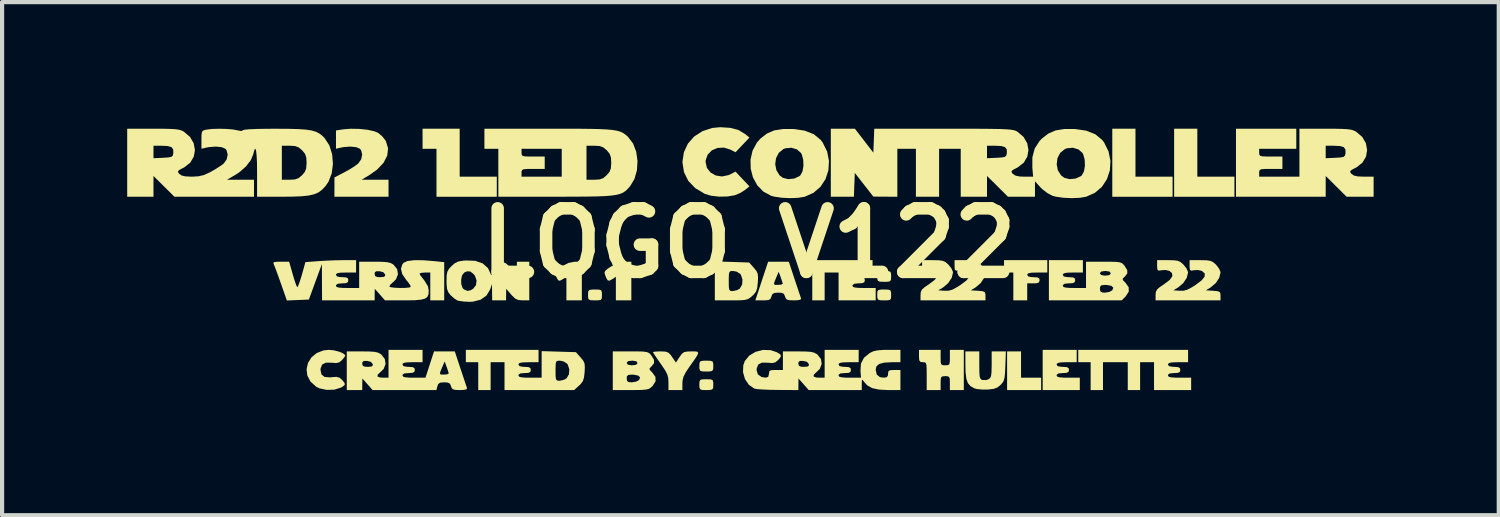
<source format=kicad_pcb>
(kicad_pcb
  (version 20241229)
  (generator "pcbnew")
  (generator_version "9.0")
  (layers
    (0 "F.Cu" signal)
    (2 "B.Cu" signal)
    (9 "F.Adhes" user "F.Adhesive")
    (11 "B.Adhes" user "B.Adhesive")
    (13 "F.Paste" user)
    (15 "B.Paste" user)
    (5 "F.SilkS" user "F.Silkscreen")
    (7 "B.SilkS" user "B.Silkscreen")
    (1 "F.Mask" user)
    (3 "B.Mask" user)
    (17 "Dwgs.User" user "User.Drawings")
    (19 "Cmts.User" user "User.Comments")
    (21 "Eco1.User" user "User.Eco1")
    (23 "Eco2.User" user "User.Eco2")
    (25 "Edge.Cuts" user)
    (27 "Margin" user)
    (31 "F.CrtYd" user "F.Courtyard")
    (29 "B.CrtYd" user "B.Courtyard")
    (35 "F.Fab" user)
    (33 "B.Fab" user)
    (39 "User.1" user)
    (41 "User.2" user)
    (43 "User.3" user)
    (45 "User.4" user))
  (footprint "LOGO V122"
    (layer "F.Cu")
    (at 14.906 2.78)
    (property "Reference" "LOGO V122" (at 0 0 0) (layer "F.SilkS") (effects (font (size 1.524 1.524) (thickness 0.3))))
    (attr board_only exclude_from_pos_files exclude_from_bom)
    (fp_poly (pts (xy 6.526 3.226) (xy 7.008 3.226) (xy 7.008 3.523) (xy 6.192 3.523) (xy 6.192 2.596) (xy 6.526 2.596)) (stroke (width 0) (type solid)) (fill yes) (layer "F.SilkS"))
    (fp_poly (pts (xy 9.27 -1.594) (xy 10.16 -1.594) (xy 10.16 -1.112) (xy 8.714 -1.112) (xy 8.714 -2.744) (xy 9.27 -2.744)) (stroke (width 0) (type solid)) (fill yes) (layer "F.SilkS"))
    (fp_poly (pts (xy 10.753 -1.594) (xy 11.643 -1.594) (xy 11.643 -1.112) (xy 10.197 -1.112) (xy 10.197 -2.744) (xy 10.753 -2.744)) (stroke (width 0) (type solid)) (fill yes) (layer "F.SilkS"))
    (fp_poly (pts (xy -6.934 -1.594) (xy -6.044 -1.594) (xy -6.044 -1.112) (xy -7.49 -1.112) (xy -7.49 -2.262) (xy -7.824 -2.262) (xy -7.824 -2.744) (xy -6.934 -2.744)) (stroke (width 0) (type solid)) (fill yes) (layer "F.SilkS"))
    (fp_poly (pts (xy -4.005 1.372) (xy -4.375 1.372) (xy -4.375 0.807) (xy -4.466 0.867) (xy -4.53 0.901) (xy -4.572 0.892) (xy -4.608 0.828) (xy -4.632 0.768) (xy -4.647 0.71) (xy -4.632 0.665) (xy -4.573 0.614) (xy -4.491 0.559) (xy -4.327 0.475) (xy -4.175 0.445) (xy -4.159 0.445) (xy -4.005 0.445)) (stroke (width 0) (type solid)) (fill yes) (layer "F.SilkS"))
    (fp_poly (pts (xy -3.587 1.115) (xy -3.538 1.134) (xy -3.524 1.184) (xy -3.523 1.242) (xy -3.526 1.322) (xy -3.55 1.36) (xy -3.615 1.371) (xy -3.689 1.372) (xy -3.792 1.369) (xy -3.841 1.35) (xy -3.855 1.3) (xy -3.856 1.242) (xy -3.853 1.162) (xy -3.829 1.125) (xy -3.764 1.113) (xy -3.689 1.112)) (stroke (width 0) (type solid)) (fill yes) (layer "F.SilkS"))
    (fp_poly (pts (xy -2.818 1.372) (xy -3.189 1.372) (xy -3.189 0.807) (xy -3.28 0.867) (xy -3.344 0.901) (xy -3.385 0.892) (xy -3.422 0.828) (xy -3.445 0.768) (xy -3.461 0.71) (xy -3.445 0.665) (xy -3.387 0.614) (xy -3.304 0.559) (xy -3.14 0.475) (xy -2.989 0.445) (xy -2.972 0.445) (xy -2.818 0.445)) (stroke (width 0) (type solid)) (fill yes) (layer "F.SilkS"))
    (fp_poly (pts (xy -0.917 2.821) (xy -0.869 2.84) (xy -0.854 2.89) (xy -0.853 2.948) (xy -0.856 3.028) (xy -0.881 3.065) (xy -0.945 3.077) (xy -1.02 3.078) (xy -1.122 3.075) (xy -1.171 3.056) (xy -1.186 3.006) (xy -1.187 2.948) (xy -1.183 2.868) (xy -1.159 2.83) (xy -1.094 2.819) (xy -1.02 2.818)) (stroke (width 0) (type solid)) (fill yes) (layer "F.SilkS"))
    (fp_poly (pts (xy -0.917 3.266) (xy -0.869 3.285) (xy -0.854 3.335) (xy -0.853 3.393) (xy -0.856 3.473) (xy -0.881 3.51) (xy -0.945 3.522) (xy -1.02 3.523) (xy -1.122 3.52) (xy -1.171 3.501) (xy -1.186 3.451) (xy -1.187 3.393) (xy -1.183 3.313) (xy -1.159 3.275) (xy -1.094 3.264) (xy -1.02 3.263)) (stroke (width 0) (type solid)) (fill yes) (layer "F.SilkS"))
    (fp_poly (pts (xy 3.347 0.67) (xy 3.396 0.689) (xy 3.41 0.739) (xy 3.411 0.797) (xy 3.408 0.877) (xy 3.384 0.915) (xy 3.319 0.926) (xy 3.245 0.927) (xy 3.142 0.924) (xy 3.093 0.905) (xy 3.079 0.855) (xy 3.078 0.797) (xy 3.081 0.717) (xy 3.105 0.68) (xy 3.17 0.668) (xy 3.245 0.667)) (stroke (width 0) (type solid)) (fill yes) (layer "F.SilkS"))
    (fp_poly (pts (xy 3.347 1.115) (xy 3.396 1.134) (xy 3.41 1.184) (xy 3.411 1.242) (xy 3.408 1.322) (xy 3.384 1.36) (xy 3.319 1.371) (xy 3.245 1.372) (xy 3.142 1.369) (xy 3.093 1.35) (xy 3.079 1.3) (xy 3.078 1.242) (xy 3.081 1.162) (xy 3.105 1.125) (xy 3.17 1.113) (xy 3.245 1.112)) (stroke (width 0) (type solid)) (fill yes) (layer "F.SilkS"))
    (fp_poly (pts (xy 7.156 0.705) (xy 6.915 0.705) (xy 6.78 0.708) (xy 6.705 0.722) (xy 6.676 0.748) (xy 6.674 0.76) (xy 6.699 0.799) (xy 6.78 0.815) (xy 6.823 0.816) (xy 6.92 0.822) (xy 6.963 0.847) (xy 6.971 0.89) (xy 6.959 0.938) (xy 6.908 0.96) (xy 6.823 0.964) (xy 6.674 0.964) (xy 6.674 1.372) (xy 6.341 1.372) (xy 6.341 0.705) (xy 6.229 0.705) (xy 6.158 0.699) (xy 6.126 0.667) (xy 6.118 0.588) (xy 6.118 0.556) (xy 6.118 0.408) (xy 7.156 0.408)) (stroke (width 0) (type solid)) (fill yes) (layer "F.SilkS"))
    (fp_poly (pts (xy 7.861 2.855) (xy 7.62 2.855) (xy 7.485 2.859) (xy 7.41 2.872) (xy 7.381 2.898) (xy 7.379 2.911) (xy 7.403 2.949) (xy 7.485 2.965) (xy 7.527 2.966) (xy 7.624 2.973) (xy 7.667 2.998) (xy 7.676 3.041) (xy 7.663 3.089) (xy 7.613 3.111) (xy 7.527 3.115) (xy 7.424 3.124) (xy 7.382 3.154) (xy 7.379 3.17) (xy 7.394 3.2) (xy 7.446 3.217) (xy 7.55 3.225) (xy 7.657 3.226) (xy 7.935 3.226) (xy 7.935 3.523) (xy 7.045 3.523) (xy 7.045 2.559) (xy 7.861 2.559)) (stroke (width 0) (type solid)) (fill yes) (layer "F.SilkS"))
    (fp_poly (pts (xy 2.966 0.705) (xy 2.725 0.705) (xy 2.59 0.708) (xy 2.515 0.722) (xy 2.486 0.748) (xy 2.484 0.76) (xy 2.509 0.799) (xy 2.59 0.815) (xy 2.633 0.816) (xy 2.73 0.822) (xy 2.773 0.847) (xy 2.781 0.89) (xy 2.769 0.938) (xy 2.718 0.96) (xy 2.633 0.964) (xy 2.53 0.973) (xy 2.487 1.004) (xy 2.484 1.02) (xy 2.499 1.049) (xy 2.552 1.066) (xy 2.656 1.074) (xy 2.762 1.075) (xy 3.041 1.075) (xy 3.041 1.372) (xy 2.151 1.372) (xy 2.151 0.705) (xy 1.817 0.705) (xy 1.817 1.372) (xy 1.52 1.372) (xy 1.52 0.705) (xy 1.224 0.705) (xy 1.224 0.408) (xy 2.966 0.408)) (stroke (width 0) (type solid)) (fill yes) (layer "F.SilkS"))
    (fp_poly (pts (xy -9.342 -2.739) (xy -9.148 -2.719) (xy -8.986 -2.684) (xy -8.894 -2.647) (xy -8.791 -2.562) (xy -8.707 -2.455) (xy -8.703 -2.446) (xy -8.651 -2.274) (xy -8.671 -2.099) (xy -8.759 -1.927) (xy -8.912 -1.765) (xy -9.086 -1.641) (xy -9.285 -1.52) (xy -8.64 -1.52) (xy -8.64 -1.112) (xy -9.938 -1.112) (xy -9.937 -1.344) (xy -9.937 -1.576) (xy -9.699 -1.699) (xy -9.564 -1.774) (xy -9.443 -1.851) (xy -9.365 -1.911) (xy -9.294 -2.013) (xy -9.271 -2.128) (xy -9.298 -2.229) (xy -9.329 -2.265) (xy -9.419 -2.302) (xy -9.556 -2.315) (xy -9.716 -2.303) (xy -9.78 -2.291) (xy -9.9 -2.264) (xy -9.9 -2.702) (xy -9.73 -2.728) (xy -9.544 -2.743)) (stroke (width 0) (type solid)) (fill yes) (layer "F.SilkS"))
    (fp_poly (pts (xy 5.525 2.927) (xy 5.527 3.086) (xy 5.533 3.187) (xy 5.549 3.244) (xy 5.576 3.272) (xy 5.598 3.281) (xy 5.688 3.283) (xy 5.746 3.264) (xy 5.783 3.236) (xy 5.806 3.19) (xy 5.817 3.109) (xy 5.821 2.977) (xy 5.822 2.909) (xy 5.822 2.596) (xy 6.162 2.596) (xy 6.15 2.947) (xy 6.142 3.114) (xy 6.13 3.225) (xy 6.11 3.299) (xy 6.077 3.354) (xy 6.036 3.399) (xy 5.96 3.461) (xy 5.869 3.494) (xy 5.736 3.51) (xy 5.721 3.511) (xy 5.585 3.51) (xy 5.467 3.498) (xy 5.414 3.484) (xy 5.317 3.431) (xy 5.252 3.357) (xy 5.214 3.25) (xy 5.196 3.093) (xy 5.192 2.939) (xy 5.191 2.596) (xy 5.525 2.596)) (stroke (width 0) (type solid)) (fill yes) (layer "F.SilkS"))
    (fp_poly (pts (xy -2 2.601) (xy -1.929 2.626) (xy -1.871 2.685) (xy -1.84 2.73) (xy -1.749 2.863) (xy -1.662 2.73) (xy -1.606 2.652) (xy -1.55 2.612) (xy -1.466 2.598) (xy -1.38 2.596) (xy -1.289 2.596) (xy -1.234 2.604) (xy -1.215 2.63) (xy -1.233 2.683) (xy -1.291 2.775) (xy -1.39 2.915) (xy -1.425 2.964) (xy -1.517 3.102) (xy -1.569 3.207) (xy -1.591 3.301) (xy -1.594 3.363) (xy -1.594 3.523) (xy -1.928 3.523) (xy -1.928 3.337) (xy -1.933 3.237) (xy -1.955 3.151) (xy -2.003 3.057) (xy -2.085 2.933) (xy -2.114 2.892) (xy -2.197 2.773) (xy -2.261 2.678) (xy -2.296 2.622) (xy -2.299 2.614) (xy -2.266 2.603) (xy -2.18 2.597) (xy -2.115 2.596)) (stroke (width 0) (type solid)) (fill yes) (layer "F.SilkS"))
    (fp_poly (pts (xy 4.598 2.744) (xy 4.6 2.854) (xy 4.615 2.908) (xy 4.654 2.927) (xy 4.709 2.929) (xy 4.775 2.925) (xy 4.808 2.9) (xy 4.819 2.835) (xy 4.82 2.744) (xy 4.82 2.559) (xy 5.154 2.559) (xy 5.154 3.523) (xy 4.82 3.523) (xy 4.82 3.356) (xy 4.817 3.253) (xy 4.799 3.205) (xy 4.751 3.19) (xy 4.709 3.189) (xy 4.641 3.194) (xy 4.608 3.222) (xy 4.599 3.293) (xy 4.598 3.356) (xy 4.598 3.523) (xy 4.264 3.523) (xy 4.264 3.189) (xy 4.263 3.031) (xy 4.259 2.933) (xy 4.246 2.88) (xy 4.221 2.859) (xy 4.18 2.855) (xy 4.172 2.855) (xy 4.112 2.847) (xy 4.085 2.809) (xy 4.079 2.72) (xy 4.079 2.707) (xy 4.079 2.559) (xy 4.598 2.559)) (stroke (width 0) (type solid)) (fill yes) (layer "F.SilkS"))
    (fp_poly (pts (xy 10.531 2.855) (xy 10.29 2.855) (xy 10.155 2.859) (xy 10.079 2.872) (xy 10.051 2.898) (xy 10.049 2.911) (xy 10.073 2.949) (xy 10.154 2.965) (xy 10.197 2.966) (xy 10.294 2.973) (xy 10.337 2.998) (xy 10.345 3.041) (xy 10.333 3.089) (xy 10.283 3.111) (xy 10.197 3.115) (xy 10.094 3.124) (xy 10.051 3.154) (xy 10.049 3.17) (xy 10.063 3.2) (xy 10.116 3.217) (xy 10.22 3.225) (xy 10.327 3.226) (xy 10.605 3.226) (xy 10.605 3.523) (xy 9.715 3.523) (xy 9.715 2.855) (xy 9.381 2.855) (xy 9.381 3.523) (xy 9.085 3.523) (xy 9.085 2.855) (xy 8.491 2.855) (xy 8.491 3.523) (xy 8.195 3.523) (xy 8.195 2.855) (xy 7.898 2.855) (xy 7.898 2.559) (xy 10.531 2.559)) (stroke (width 0) (type solid)) (fill yes) (layer "F.SilkS"))
    (fp_poly (pts (xy -9.952 2.57) (xy -9.832 2.6) (xy -9.735 2.64) (xy -9.682 2.683) (xy -9.678 2.696) (xy -9.701 2.738) (xy -9.756 2.804) (xy -9.757 2.805) (xy -9.821 2.858) (xy -9.896 2.876) (xy -9.998 2.867) (xy -10.142 2.866) (xy -10.231 2.91) (xy -10.269 3.003) (xy -10.271 3.041) (xy -10.248 3.149) (xy -10.175 3.207) (xy -10.047 3.219) (xy -9.998 3.214) (xy -9.887 3.206) (xy -9.814 3.227) (xy -9.757 3.276) (xy -9.694 3.352) (xy -9.69 3.4) (xy -9.747 3.445) (xy -9.787 3.466) (xy -9.944 3.514) (xy -10.125 3.518) (xy -10.295 3.482) (xy -10.375 3.443) (xy -10.511 3.32) (xy -10.587 3.175) (xy -10.605 3.022) (xy -10.571 2.872) (xy -10.488 2.738) (xy -10.361 2.634) (xy -10.195 2.571) (xy -10.07 2.559)) (stroke (width 0) (type solid)) (fill yes) (layer "F.SilkS"))
    (fp_poly (pts (xy 0.006 0.464) (xy 0.118 0.589) (xy 0.181 0.666) (xy 0.213 0.736) (xy 0.22 0.825) (xy 0.215 0.938) (xy 0.2 1.072) (xy 0.172 1.16) (xy 0.119 1.23) (xy 0.08 1.266) (xy 0.023 1.314) (xy -0.031 1.344) (xy -0.1 1.362) (xy -0.202 1.37) (xy -0.353 1.372) (xy -0.427 1.372) (xy -0.816 1.372) (xy -0.816 0.908) (xy -0.482 0.908) (xy -0.481 1.038) (xy -0.472 1.11) (xy -0.448 1.142) (xy -0.404 1.149) (xy -0.383 1.149) (xy -0.281 1.127) (xy -0.216 1.088) (xy -0.162 0.995) (xy -0.153 0.876) (xy -0.188 0.764) (xy -0.21 0.735) (xy -0.292 0.684) (xy -0.377 0.667) (xy -0.433 0.67) (xy -0.465 0.69) (xy -0.479 0.744) (xy -0.482 0.849) (xy -0.482 0.908) (xy -0.816 0.908) (xy -0.816 0.438)) (stroke (width 0) (type solid)) (fill yes) (layer "F.SilkS"))
    (fp_poly (pts (xy -0.443 -2.764) (xy -0.251 -2.713) (xy -0.097 -2.621) (xy -0.095 -2.62) (xy 0.014 -2.532) (xy -0.153 -2.355) (xy -0.32 -2.179) (xy -0.444 -2.243) (xy -0.601 -2.291) (xy -0.755 -2.282) (xy -0.889 -2.224) (xy -0.987 -2.123) (xy -1.036 -1.988) (xy -1.038 -1.947) (xy -1.006 -1.804) (xy -0.919 -1.693) (xy -0.793 -1.622) (xy -0.643 -1.599) (xy -0.485 -1.632) (xy -0.444 -1.651) (xy -0.32 -1.715) (xy -0.153 -1.538) (xy 0.014 -1.361) (xy -0.095 -1.274) (xy -0.208 -1.202) (xy -0.331 -1.15) (xy -0.334 -1.149) (xy -0.513 -1.119) (xy -0.715 -1.115) (xy -0.908 -1.137) (xy -1.057 -1.182) (xy -1.286 -1.319) (xy -1.453 -1.494) (xy -1.556 -1.702) (xy -1.593 -1.94) (xy -1.593 -1.947) (xy -1.558 -2.18) (xy -1.461 -2.387) (xy -1.31 -2.558) (xy -1.113 -2.685) (xy -0.88 -2.762) (xy -0.686 -2.78)) (stroke (width 0) (type solid)) (fill yes) (layer "F.SilkS"))
    (fp_poly (pts (xy 1.096 0.862) (xy 1.152 1.03) (xy 1.2 1.174) (xy 1.235 1.278) (xy 1.252 1.326) (xy 1.238 1.355) (xy 1.165 1.369) (xy 1.08 1.372) (xy 0.967 1.368) (xy 0.906 1.351) (xy 0.877 1.31) (xy 0.868 1.279) (xy 0.84 1.217) (xy 0.784 1.191) (xy 0.705 1.187) (xy 0.608 1.195) (xy 0.56 1.228) (xy 0.541 1.279) (xy 0.519 1.335) (xy 0.475 1.363) (xy 0.387 1.372) (xy 0.336 1.372) (xy 0.155 1.372) (xy 0.284 0.982) (xy 0.601 0.982) (xy 0.628 1) (xy 0.697 1.001) (xy 0.705 1.001) (xy 0.782 0.993) (xy 0.813 0.974) (xy 0.813 0.973) (xy 0.799 0.923) (xy 0.769 0.835) (xy 0.763 0.816) (xy 0.715 0.686) (xy 0.654 0.83) (xy 0.612 0.932) (xy 0.601 0.982) (xy 0.284 0.982) (xy 0.308 0.908) (xy 0.462 0.445) (xy 0.958 0.445)) (stroke (width 0) (type solid)) (fill yes) (layer "F.SilkS"))
    (fp_poly (pts (xy 1.068 -2.737) (xy 1.341 -2.697) (xy 1.558 -2.611) (xy 1.721 -2.477) (xy 1.769 -2.414) (xy 1.877 -2.196) (xy 1.921 -1.969) (xy 1.907 -1.745) (xy 1.838 -1.535) (xy 1.717 -1.351) (xy 1.55 -1.207) (xy 1.339 -1.113) (xy 1.339 -1.113) (xy 1.183 -1.087) (xy 0.989 -1.079) (xy 0.787 -1.089) (xy 0.61 -1.115) (xy 0.531 -1.136) (xy 0.343 -1.239) (xy 0.198 -1.391) (xy 0.097 -1.578) (xy 0.044 -1.787) (xy 0.042 -1.891) (xy 0.632 -1.891) (xy 0.661 -1.747) (xy 0.737 -1.625) (xy 0.816 -1.566) (xy 0.944 -1.534) (xy 1.087 -1.549) (xy 1.21 -1.605) (xy 1.235 -1.626) (xy 1.286 -1.721) (xy 1.309 -1.856) (xy 1.303 -2.002) (xy 1.268 -2.13) (xy 1.249 -2.163) (xy 1.153 -2.248) (xy 1.021 -2.287) (xy 0.88 -2.275) (xy 0.829 -2.256) (xy 0.717 -2.165) (xy 0.651 -2.037) (xy 0.632 -1.891) (xy 0.042 -1.891) (xy 0.04 -2.004) (xy 0.088 -2.216) (xy 0.192 -2.41) (xy 0.276 -2.506) (xy 0.431 -2.627) (xy 0.606 -2.703) (xy 0.816 -2.737)) (stroke (width 0) (type solid)) (fill yes) (layer "F.SilkS"))
    (fp_poly (pts (xy -2.656 2.596) (xy -2.532 2.6) (xy -2.452 2.611) (xy -2.401 2.63) (xy -2.364 2.662) (xy -2.339 2.693) (xy -2.275 2.797) (xy -2.273 2.878) (xy -2.333 2.953) (xy -2.334 2.955) (xy -2.38 3) (xy -2.379 3.036) (xy -2.326 3.092) (xy -2.316 3.101) (xy -2.24 3.207) (xy -2.237 3.314) (xy -2.309 3.425) (xy -2.316 3.432) (xy -2.359 3.471) (xy -2.407 3.497) (xy -2.474 3.512) (xy -2.577 3.52) (xy -2.729 3.522) (xy -2.835 3.523) (xy -3.263 3.523) (xy -3.263 3.245) (xy -2.929 3.245) (xy -2.919 3.308) (xy -2.874 3.333) (xy -2.804 3.337) (xy -2.704 3.321) (xy -2.632 3.281) (xy -2.63 3.279) (xy -2.609 3.218) (xy -2.655 3.175) (xy -2.763 3.154) (xy -2.809 3.152) (xy -2.892 3.16) (xy -2.925 3.196) (xy -2.929 3.245) (xy -3.263 3.245) (xy -3.263 2.874) (xy -2.929 2.874) (xy -2.901 2.915) (xy -2.811 2.929) (xy -2.8 2.929) (xy -2.704 2.917) (xy -2.67 2.879) (xy -2.67 2.874) (xy -2.698 2.833) (xy -2.788 2.818) (xy -2.8 2.818) (xy -2.896 2.83) (xy -2.929 2.869) (xy -2.929 2.874) (xy -3.263 2.874) (xy -3.263 2.596) (xy -2.839 2.596)) (stroke (width 0) (type solid)) (fill yes) (layer "F.SilkS"))
    (fp_poly (pts (xy -5.043 2.855) (xy -5.284 2.855) (xy -5.419 2.859) (xy -5.494 2.872) (xy -5.523 2.898) (xy -5.525 2.911) (xy -5.5 2.949) (xy -5.419 2.965) (xy -5.377 2.966) (xy -5.28 2.973) (xy -5.237 2.998) (xy -5.228 3.041) (xy -5.241 3.089) (xy -5.291 3.111) (xy -5.377 3.115) (xy -5.48 3.124) (xy -5.522 3.154) (xy -5.525 3.17) (xy -5.51 3.2) (xy -5.458 3.217) (xy -5.354 3.225) (xy -5.247 3.226) (xy -4.969 3.226) (xy -4.969 3.059) (xy -4.635 3.059) (xy -4.634 3.189) (xy -4.625 3.261) (xy -4.601 3.292) (xy -4.557 3.3) (xy -4.536 3.3) (xy -4.434 3.277) (xy -4.369 3.239) (xy -4.315 3.146) (xy -4.305 3.026) (xy -4.341 2.915) (xy -4.363 2.886) (xy -4.445 2.835) (xy -4.53 2.818) (xy -4.586 2.821) (xy -4.618 2.841) (xy -4.632 2.895) (xy -4.635 2.999) (xy -4.635 3.059) (xy -4.969 3.059) (xy -4.969 2.589) (xy -4.147 2.614) (xy -4.035 2.74) (xy -3.972 2.817) (xy -3.94 2.886) (xy -3.933 2.976) (xy -3.938 3.088) (xy -3.953 3.222) (xy -3.981 3.31) (xy -4.034 3.38) (xy -4.073 3.417) (xy -4.191 3.523) (xy -5.859 3.523) (xy -5.859 2.855) (xy -6.192 2.855) (xy -6.192 3.523) (xy -6.489 3.523) (xy -6.489 2.855) (xy -6.786 2.855) (xy -6.786 2.559) (xy -5.043 2.559)) (stroke (width 0) (type solid)) (fill yes) (layer "F.SilkS"))
    (fp_poly (pts (xy 13.126 -2.262) (xy 12.236 -2.262) (xy 12.236 -2.169) (xy 12.24 -2.122) (xy 12.261 -2.094) (xy 12.315 -2.081) (xy 12.417 -2.077) (xy 12.515 -2.076) (xy 12.793 -2.076) (xy 12.793 -1.78) (xy 12.515 -1.78) (xy 12.373 -1.779) (xy 12.29 -1.772) (xy 12.25 -1.754) (xy 12.238 -1.72) (xy 12.236 -1.687) (xy 12.236 -1.594) (xy 13.201 -1.594) (xy 13.201 -2.336) (xy 13.831 -2.336) (xy 13.831 -2.036) (xy 14.063 -2.047) (xy 14.189 -2.055) (xy 14.26 -2.069) (xy 14.292 -2.098) (xy 14.305 -2.151) (xy 14.307 -2.165) (xy 14.303 -2.251) (xy 14.261 -2.303) (xy 14.168 -2.329) (xy 14.026 -2.335) (xy 13.831 -2.336) (xy 13.201 -2.336) (xy 13.201 -2.744) (xy 13.822 -2.744) (xy 14.056 -2.743) (xy 14.228 -2.739) (xy 14.351 -2.732) (xy 14.438 -2.72) (xy 14.502 -2.702) (xy 14.554 -2.676) (xy 14.561 -2.671) (xy 14.707 -2.547) (xy 14.795 -2.396) (xy 14.824 -2.233) (xy 14.797 -2.073) (xy 14.711 -1.929) (xy 14.569 -1.817) (xy 14.549 -1.807) (xy 14.455 -1.758) (xy 14.417 -1.724) (xy 14.426 -1.689) (xy 14.449 -1.662) (xy 14.507 -1.621) (xy 14.599 -1.6) (xy 14.745 -1.594) (xy 14.98 -1.594) (xy 14.98 -1.112) (xy 14.333 -1.112) (xy 14.082 -1.362) (xy 13.831 -1.611) (xy 13.831 -1.112) (xy 11.68 -1.112) (xy 11.68 -2.744) (xy 13.126 -2.744)) (stroke (width 0) (type solid)) (fill yes) (layer "F.SilkS"))
    (fp_poly (pts (xy 4.557 0.411) (xy 4.649 0.424) (xy 4.715 0.454) (xy 4.778 0.508) (xy 4.786 0.516) (xy 4.856 0.604) (xy 4.893 0.688) (xy 4.895 0.705) (xy 4.863 0.832) (xy 4.779 0.959) (xy 4.66 1.06) (xy 4.658 1.061) (xy 4.542 1.131) (xy 4.694 1.142) (xy 4.789 1.141) (xy 4.879 1.115) (xy 4.988 1.057) (xy 5.075 1.002) (xy 5.218 0.894) (xy 5.291 0.804) (xy 5.296 0.731) (xy 5.234 0.671) (xy 5.226 0.666) (xy 5.134 0.644) (xy 5.041 0.649) (xy 4.968 0.66) (xy 4.938 0.636) (xy 4.932 0.559) (xy 4.932 0.541) (xy 4.932 0.408) (xy 5.194 0.408) (xy 5.336 0.411) (xy 5.428 0.424) (xy 5.493 0.454) (xy 5.556 0.508) (xy 5.565 0.516) (xy 5.634 0.604) (xy 5.671 0.688) (xy 5.673 0.705) (xy 5.641 0.832) (xy 5.557 0.959) (xy 5.438 1.06) (xy 5.437 1.061) (xy 5.321 1.131) (xy 5.497 1.142) (xy 5.603 1.152) (xy 5.655 1.173) (xy 5.672 1.219) (xy 5.673 1.263) (xy 5.673 1.372) (xy 4.116 1.372) (xy 4.116 1.243) (xy 4.123 1.169) (xy 4.152 1.111) (xy 4.219 1.052) (xy 4.32 0.984) (xy 4.456 0.881) (xy 4.519 0.792) (xy 4.51 0.718) (xy 4.447 0.666) (xy 4.355 0.644) (xy 4.262 0.649) (xy 4.19 0.66) (xy 4.159 0.636) (xy 4.153 0.559) (xy 4.153 0.541) (xy 4.153 0.408) (xy 4.415 0.408)) (stroke (width 0) (type solid)) (fill yes) (layer "F.SilkS"))
    (fp_poly (pts (xy 10.194 0.411) (xy 10.285 0.424) (xy 10.351 0.454) (xy 10.414 0.508) (xy 10.422 0.516) (xy 10.492 0.604) (xy 10.529 0.688) (xy 10.531 0.705) (xy 10.499 0.832) (xy 10.415 0.959) (xy 10.296 1.06) (xy 10.294 1.061) (xy 10.179 1.131) (xy 10.331 1.142) (xy 10.425 1.141) (xy 10.515 1.115) (xy 10.625 1.057) (xy 10.711 1.002) (xy 10.854 0.894) (xy 10.927 0.804) (xy 10.932 0.731) (xy 10.87 0.671) (xy 10.862 0.666) (xy 10.77 0.644) (xy 10.677 0.649) (xy 10.605 0.66) (xy 10.574 0.636) (xy 10.568 0.559) (xy 10.568 0.541) (xy 10.568 0.408) (xy 10.83 0.408) (xy 10.972 0.411) (xy 11.064 0.424) (xy 11.13 0.454) (xy 11.192 0.508) (xy 11.201 0.516) (xy 11.27 0.604) (xy 11.308 0.688) (xy 11.309 0.705) (xy 11.278 0.832) (xy 11.194 0.959) (xy 11.074 1.06) (xy 11.073 1.061) (xy 10.957 1.131) (xy 11.133 1.142) (xy 11.24 1.152) (xy 11.291 1.173) (xy 11.308 1.219) (xy 11.309 1.263) (xy 11.309 1.372) (xy 9.752 1.372) (xy 9.752 1.243) (xy 9.759 1.169) (xy 9.788 1.111) (xy 9.855 1.052) (xy 9.956 0.984) (xy 10.092 0.881) (xy 10.155 0.792) (xy 10.146 0.718) (xy 10.084 0.666) (xy 9.992 0.644) (xy 9.898 0.649) (xy 9.826 0.66) (xy 9.796 0.636) (xy 9.789 0.559) (xy 9.789 0.541) (xy 9.789 0.408) (xy 10.052 0.408)) (stroke (width 0) (type solid)) (fill yes) (layer "F.SilkS"))
    (fp_poly (pts (xy -6.56 0.424) (xy -6.382 0.486) (xy -6.255 0.599) (xy -6.182 0.76) (xy -6.172 0.769) (xy -6.163 0.716) (xy -6.16 0.64) (xy -6.155 0.445) (xy -5.999 0.445) (xy -5.9 0.452) (xy -5.826 0.484) (xy -5.748 0.554) (xy -5.704 0.603) (xy -5.565 0.76) (xy -5.562 0.445) (xy -5.265 0.445) (xy -5.265 1.372) (xy -5.423 1.372) (xy -5.529 1.363) (xy -5.606 1.327) (xy -5.688 1.247) (xy -5.7 1.233) (xy -5.819 1.094) (xy -5.82 1.233) (xy -5.822 1.372) (xy -6.155 1.372) (xy -6.157 1.177) (xy -6.16 0.983) (xy -6.204 1.111) (xy -6.291 1.257) (xy -6.431 1.356) (xy -6.618 1.403) (xy -6.708 1.407) (xy -6.838 1.4) (xy -6.946 1.385) (xy -6.99 1.374) (xy -7.065 1.326) (xy -7.15 1.25) (xy -7.156 1.243) (xy -7.209 1.175) (xy -7.237 1.097) (xy -7.248 0.985) (xy -7.249 0.906) (xy -7.248 0.873) (xy -6.899 0.873) (xy -6.896 0.985) (xy -6.864 1.077) (xy -6.832 1.109) (xy -6.746 1.145) (xy -6.669 1.129) (xy -6.609 1.092) (xy -6.542 1.005) (xy -6.529 0.893) (xy -6.569 0.781) (xy -6.6 0.742) (xy -6.681 0.679) (xy -6.757 0.676) (xy -6.825 0.706) (xy -6.876 0.77) (xy -6.899 0.873) (xy -7.248 0.873) (xy -7.246 0.771) (xy -7.229 0.684) (xy -7.191 0.616) (xy -7.13 0.55) (xy -7.049 0.48) (xy -6.965 0.44) (xy -6.849 0.42) (xy -6.787 0.415)) (stroke (width 0) (type solid)) (fill yes) (layer "F.SilkS"))
    (fp_poly (pts (xy -4.402 -2.744) (xy -4.071 -2.743) (xy -3.799 -2.74) (xy -3.581 -2.735) (xy -3.407 -2.726) (xy -3.272 -2.714) (xy -3.168 -2.697) (xy -3.088 -2.675) (xy -3.025 -2.647) (xy -2.971 -2.611) (xy -2.92 -2.569) (xy -2.897 -2.547) (xy -2.777 -2.39) (xy -2.701 -2.192) (xy -2.67 -1.971) (xy -2.684 -1.746) (xy -2.744 -1.537) (xy -2.846 -1.368) (xy -2.9 -1.306) (xy -2.953 -1.255) (xy -3.012 -1.214) (xy -3.085 -1.182) (xy -3.179 -1.157) (xy -3.303 -1.14) (xy -3.463 -1.127) (xy -3.667 -1.12) (xy -3.922 -1.116) (xy -4.237 -1.114) (xy -4.618 -1.113) (xy -4.626 -1.113) (xy -6.007 -1.112) (xy -6.007 -1.52) (xy -3.893 -1.52) (xy -3.705 -1.52) (xy -3.579 -1.528) (xy -3.492 -1.559) (xy -3.411 -1.626) (xy -3.409 -1.629) (xy -3.341 -1.709) (xy -3.309 -1.794) (xy -3.3 -1.916) (xy -3.3 -1.928) (xy -3.307 -2.055) (xy -3.337 -2.141) (xy -3.402 -2.221) (xy -3.409 -2.228) (xy -3.49 -2.296) (xy -3.576 -2.328) (xy -3.701 -2.336) (xy -3.705 -2.336) (xy -3.893 -2.336) (xy -3.893 -1.52) (xy -6.007 -1.52) (xy -6.007 -1.594) (xy -5.451 -1.594) (xy -4.487 -1.594) (xy -4.487 -2.262) (xy -5.451 -2.262) (xy -5.451 -2.169) (xy -5.447 -2.122) (xy -5.427 -2.094) (xy -5.373 -2.081) (xy -5.27 -2.077) (xy -5.173 -2.076) (xy -4.895 -2.076) (xy -4.895 -1.78) (xy -5.173 -1.78) (xy -5.314 -1.779) (xy -5.397 -1.772) (xy -5.437 -1.754) (xy -5.45 -1.72) (xy -5.451 -1.687) (xy -5.451 -1.594) (xy -6.007 -1.594) (xy -6.007 -2.262) (xy -6.341 -2.262) (xy -6.341 -2.744) (xy -4.801 -2.744)) (stroke (width 0) (type solid)) (fill yes) (layer "F.SilkS"))
    (fp_poly (pts (xy 8.009 0.705) (xy 7.768 0.705) (xy 7.633 0.708) (xy 7.558 0.722) (xy 7.529 0.748) (xy 7.527 0.76) (xy 7.552 0.799) (xy 7.633 0.815) (xy 7.676 0.816) (xy 7.773 0.822) (xy 7.816 0.847) (xy 7.824 0.89) (xy 7.812 0.938) (xy 7.761 0.96) (xy 7.676 0.964) (xy 7.572 0.973) (xy 7.53 1.004) (xy 7.527 1.02) (xy 7.542 1.049) (xy 7.595 1.066) (xy 7.699 1.074) (xy 7.805 1.075) (xy 8.084 1.075) (xy 8.084 0.723) (xy 8.417 0.723) (xy 8.445 0.764) (xy 8.535 0.779) (xy 8.547 0.779) (xy 8.643 0.767) (xy 8.677 0.728) (xy 8.677 0.723) (xy 8.649 0.682) (xy 8.559 0.668) (xy 8.547 0.667) (xy 8.451 0.68) (xy 8.417 0.718) (xy 8.417 0.723) (xy 8.084 0.723) (xy 8.084 0.445) (xy 8.507 0.445) (xy 8.69 0.446) (xy 8.814 0.45) (xy 8.894 0.46) (xy 8.945 0.48) (xy 8.982 0.512) (xy 9.008 0.543) (xy 9.072 0.646) (xy 9.074 0.727) (xy 9.014 0.803) (xy 9.012 0.804) (xy 8.966 0.849) (xy 8.968 0.886) (xy 9.021 0.941) (xy 9.031 0.95) (xy 9.107 1.056) (xy 9.109 1.163) (xy 9.037 1.274) (xy 9.031 1.281) (xy 8.94 1.372) (xy 7.194 1.372) (xy 7.194 1.094) (xy 8.417 1.094) (xy 8.427 1.157) (xy 8.473 1.183) (xy 8.542 1.187) (xy 8.643 1.17) (xy 8.714 1.13) (xy 8.716 1.128) (xy 8.738 1.067) (xy 8.692 1.024) (xy 8.584 1.003) (xy 8.538 1.002) (xy 8.454 1.01) (xy 8.422 1.045) (xy 8.417 1.094) (xy 7.194 1.094) (xy 7.194 0.408) (xy 8.009 0.408)) (stroke (width 0) (type solid)) (fill yes) (layer "F.SilkS"))
    (fp_poly (pts (xy -7.824 2.855) (xy -8.065 2.855) (xy -8.2 2.859) (xy -8.275 2.872) (xy -8.304 2.898) (xy -8.306 2.911) (xy -8.281 2.949) (xy -8.2 2.965) (xy -8.158 2.966) (xy -8.061 2.973) (xy -8.018 2.998) (xy -8.009 3.041) (xy -8.022 3.089) (xy -8.072 3.111) (xy -8.158 3.115) (xy -8.261 3.124) (xy -8.303 3.154) (xy -8.306 3.17) (xy -8.291 3.2) (xy -8.238 3.217) (xy -8.134 3.225) (xy -8.03 3.226) (xy -7.754 3.226) (xy -7.724 3.133) (xy -7.408 3.133) (xy -7.382 3.15) (xy -7.313 3.152) (xy -7.305 3.152) (xy -7.228 3.144) (xy -7.196 3.124) (xy -7.196 3.124) (xy -7.21 3.074) (xy -7.24 2.985) (xy -7.247 2.966) (xy -7.294 2.837) (xy -7.355 2.98) (xy -7.398 3.082) (xy -7.408 3.133) (xy -7.724 3.133) (xy -7.652 2.911) (xy -7.549 2.596) (xy -7.051 2.596) (xy -6.913 3.013) (xy -6.857 3.18) (xy -6.809 3.324) (xy -6.774 3.428) (xy -6.758 3.476) (xy -6.771 3.506) (xy -6.844 3.52) (xy -6.929 3.523) (xy -7.043 3.519) (xy -7.103 3.501) (xy -7.132 3.461) (xy -7.141 3.43) (xy -7.169 3.368) (xy -7.226 3.342) (xy -7.305 3.337) (xy -7.401 3.345) (xy -7.449 3.378) (xy -7.468 3.43) (xy -7.492 3.523) (xy -9.021 3.523) (xy -9.267 3.245) (xy -9.269 3.384) (xy -9.27 3.523) (xy -9.641 3.523) (xy -9.641 2.89) (xy -9.27 2.89) (xy -9.257 2.942) (xy -9.203 2.963) (xy -9.138 2.966) (xy -9.049 2.959) (xy -9.017 2.931) (xy -9.017 2.902) (xy -9.064 2.846) (xy -9.15 2.825) (xy -9.234 2.825) (xy -9.266 2.854) (xy -9.27 2.89) (xy -9.641 2.89) (xy -9.641 2.596) (xy -9.275 2.596) (xy -9.099 2.598) (xy -8.979 2.606) (xy -8.898 2.623) (xy -8.838 2.653) (xy -8.812 2.672) (xy -8.729 2.778) (xy -8.711 2.898) (xy -8.757 3.016) (xy -8.824 3.082) (xy -8.899 3.152) (xy -8.905 3.198) (xy -8.84 3.222) (xy -8.767 3.226) (xy -8.64 3.226) (xy -8.64 2.559) (xy -7.824 2.559)) (stroke (width 0) (type solid)) (fill yes) (layer "F.SilkS"))
    (fp_poly (pts (xy 2.764 -2.457) (xy 2.985 -2.169) (xy 2.991 -2.336) (xy 5.71 -2.336) (xy 5.71 -2.036) (xy 5.942 -2.047) (xy 6.069 -2.055) (xy 6.139 -2.069) (xy 6.172 -2.098) (xy 6.184 -2.151) (xy 6.186 -2.165) (xy 6.183 -2.251) (xy 6.14 -2.303) (xy 6.047 -2.329) (xy 5.905 -2.335) (xy 5.71 -2.336) (xy 2.991 -2.336) (xy 2.996 -2.457) (xy 3.007 -2.744) (xy 4.664 -2.744) (xy 5.059 -2.744) (xy 5.387 -2.743) (xy 5.654 -2.742) (xy 5.868 -2.739) (xy 6.035 -2.736) (xy 6.162 -2.73) (xy 6.256 -2.723) (xy 6.324 -2.714) (xy 6.373 -2.703) (xy 6.41 -2.688) (xy 6.441 -2.671) (xy 6.586 -2.547) (xy 6.674 -2.396) (xy 6.704 -2.233) (xy 6.676 -2.073) (xy 6.591 -1.929) (xy 6.448 -1.817) (xy 6.428 -1.807) (xy 6.334 -1.758) (xy 6.297 -1.724) (xy 6.306 -1.689) (xy 6.329 -1.662) (xy 6.392 -1.619) (xy 6.496 -1.598) (xy 6.603 -1.594) (xy 6.816 -1.594) (xy 6.797 -1.808) (xy 6.797 -1.891) (xy 7.381 -1.891) (xy 7.409 -1.747) (xy 7.486 -1.625) (xy 7.565 -1.566) (xy 7.693 -1.534) (xy 7.836 -1.549) (xy 7.958 -1.605) (xy 7.984 -1.626) (xy 8.035 -1.721) (xy 8.058 -1.856) (xy 8.052 -2.002) (xy 8.017 -2.13) (xy 7.998 -2.163) (xy 7.902 -2.248) (xy 7.77 -2.287) (xy 7.628 -2.275) (xy 7.578 -2.256) (xy 7.465 -2.165) (xy 7.399 -2.037) (xy 7.381 -1.891) (xy 6.797 -1.891) (xy 6.798 -2.059) (xy 6.854 -2.269) (xy 6.968 -2.447) (xy 7.024 -2.506) (xy 7.18 -2.627) (xy 7.355 -2.703) (xy 7.565 -2.737) (xy 7.817 -2.737) (xy 8.09 -2.697) (xy 8.306 -2.611) (xy 8.469 -2.477) (xy 8.518 -2.414) (xy 8.625 -2.196) (xy 8.67 -1.969) (xy 8.656 -1.745) (xy 8.586 -1.535) (xy 8.466 -1.351) (xy 8.298 -1.207) (xy 8.088 -1.113) (xy 8.088 -1.113) (xy 7.932 -1.087) (xy 7.738 -1.079) (xy 7.536 -1.089) (xy 7.358 -1.115) (xy 7.279 -1.136) (xy 7.159 -1.199) (xy 7.037 -1.293) (xy 6.992 -1.337) (xy 6.86 -1.483) (xy 6.86 -1.112) (xy 6.213 -1.112) (xy 5.962 -1.362) (xy 5.71 -1.611) (xy 5.71 -1.112) (xy 5.08 -1.112) (xy 5.08 -2.262) (xy 4.561 -2.262) (xy 4.561 -1.112) (xy 4.005 -1.112) (xy 4.005 -2.262) (xy 3.56 -2.262) (xy 3.56 -1.112) (xy 3.272 -1.114) (xy 2.985 -1.116) (xy 2.762 -1.4) (xy 2.54 -1.685) (xy 2.529 -1.399) (xy 2.518 -1.112) (xy 1.965 -1.112) (xy 1.965 -2.744) (xy 2.542 -2.744)) (stroke (width 0) (type solid)) (fill yes) (layer "F.SilkS"))
    (fp_poly (pts (xy -9.418 0.705) (xy -9.659 0.705) (xy -9.795 0.708) (xy -9.87 0.722) (xy -9.899 0.748) (xy -9.9 0.76) (xy -9.876 0.799) (xy -9.795 0.815) (xy -9.752 0.816) (xy -9.655 0.822) (xy -9.612 0.847) (xy -9.604 0.89) (xy -9.616 0.938) (xy -9.667 0.96) (xy -9.752 0.964) (xy -9.855 0.973) (xy -9.898 1.004) (xy -9.9 1.02) (xy -9.886 1.049) (xy -9.833 1.066) (xy -9.729 1.074) (xy -9.622 1.075) (xy -9.344 1.075) (xy -9.344 0.739) (xy -8.973 0.739) (xy -8.96 0.791) (xy -8.907 0.813) (xy -8.841 0.816) (xy -8.752 0.809) (xy -8.72 0.781) (xy -8.721 0.751) (xy -8.767 0.696) (xy -8.853 0.674) (xy -8.937 0.674) (xy -8.97 0.703) (xy -8.973 0.739) (xy -9.344 0.739) (xy -9.344 0.445) (xy -8.978 0.445) (xy -8.802 0.447) (xy -8.683 0.455) (xy -8.602 0.473) (xy -8.542 0.502) (xy -8.515 0.522) (xy -8.432 0.627) (xy -8.414 0.748) (xy -8.46 0.865) (xy -8.527 0.932) (xy -8.594 0.992) (xy -8.619 1.038) (xy -8.618 1.044) (xy -8.573 1.06) (xy -8.48 1.07) (xy -8.362 1.075) (xy -8.244 1.073) (xy -8.151 1.065) (xy -8.109 1.051) (xy -8.118 1.013) (xy -8.167 0.94) (xy -8.214 0.884) (xy -8.31 0.745) (xy -8.342 0.616) (xy -8.308 0.506) (xy -8.275 0.469) (xy -8.185 0.429) (xy -8.027 0.409) (xy -7.805 0.41) (xy -7.533 0.432) (xy -7.305 0.456) (xy -7.305 1.372) (xy -7.639 1.372) (xy -7.639 0.705) (xy -7.768 0.705) (xy -7.854 0.712) (xy -7.896 0.729) (xy -7.897 0.732) (xy -7.874 0.775) (xy -7.817 0.85) (xy -7.785 0.889) (xy -7.696 1.032) (xy -7.676 1.136) (xy -7.682 1.226) (xy -7.709 1.289) (xy -7.767 1.331) (xy -7.866 1.356) (xy -8.017 1.369) (xy -8.231 1.372) (xy -8.258 1.372) (xy -8.725 1.372) (xy -8.97 1.094) (xy -8.972 1.233) (xy -8.973 1.372) (xy -10.234 1.372) (xy -10.236 0.936) (xy -10.238 0.501) (xy -10.394 0.927) (xy -10.55 1.353) (xy -11.078 1.375) (xy -11.218 0.975) (xy -11.277 0.809) (xy -11.33 0.664) (xy -11.371 0.557) (xy -11.391 0.51) (xy -11.402 0.472) (xy -11.376 0.453) (xy -11.299 0.446) (xy -11.223 0.445) (xy -11.023 0.445) (xy -10.938 0.743) (xy -10.897 0.881) (xy -10.86 0.989) (xy -10.834 1.049) (xy -10.829 1.056) (xy -10.809 1.029) (xy -10.777 0.947) (xy -10.737 0.823) (xy -10.719 0.763) (xy -10.633 0.455) (xy -10.332 0.432) (xy -10.134 0.42) (xy -9.912 0.411) (xy -9.724 0.408) (xy -9.418 0.408)) (stroke (width 0) (type solid)) (fill yes) (layer "F.SilkS"))
    (fp_poly (pts (xy 2.633 2.855) (xy 2.392 2.855) (xy 2.256 2.859) (xy 2.181 2.872) (xy 2.152 2.898) (xy 2.151 2.911) (xy 2.175 2.949) (xy 2.256 2.965) (xy 2.299 2.966) (xy 2.396 2.973) (xy 2.439 2.998) (xy 2.447 3.041) (xy 2.435 3.089) (xy 2.385 3.111) (xy 2.299 3.115) (xy 2.196 3.124) (xy 2.153 3.154) (xy 2.151 3.17) (xy 2.166 3.2) (xy 2.219 3.217) (xy 2.325 3.225) (xy 2.42 3.226) (xy 2.689 3.226) (xy 2.676 3.058) (xy 2.688 2.886) (xy 2.76 2.748) (xy 2.899 2.634) (xy 2.904 2.631) (xy 2.989 2.591) (xy 3.096 2.569) (xy 3.247 2.559) (xy 3.328 2.559) (xy 3.634 2.559) (xy 3.634 2.855) (xy 3.432 2.855) (xy 3.246 2.865) (xy 3.124 2.897) (xy 3.058 2.955) (xy 3.041 3.032) (xy 3.065 3.149) (xy 3.141 3.212) (xy 3.233 3.226) (xy 3.309 3.214) (xy 3.336 3.166) (xy 3.337 3.133) (xy 3.345 3.074) (xy 3.384 3.047) (xy 3.473 3.041) (xy 3.486 3.041) (xy 3.634 3.041) (xy 3.634 3.523) (xy 3.335 3.523) (xy 3.116 3.511) (xy 2.953 3.475) (xy 2.836 3.408) (xy 2.765 3.329) (xy 2.727 3.279) (xy 2.711 3.284) (xy 2.707 3.351) (xy 2.707 3.385) (xy 2.707 3.523) (xy 1.435 3.523) (xy 1.19 3.245) (xy 1.188 3.384) (xy 1.187 3.523) (xy 0.695 3.52) (xy 0.506 3.517) (xy 0.338 3.51) (xy 0.209 3.501) (xy 0.135 3.489) (xy 0.13 3.487) (xy -0.001 3.396) (xy -0.093 3.259) (xy -0.14 3.096) (xy -0.134 2.929) (xy -0.098 2.828) (xy 0.009 2.697) (xy 0.161 2.606) (xy 0.34 2.56) (xy 0.523 2.566) (xy 0.669 2.615) (xy 0.752 2.665) (xy 0.771 2.709) (xy 0.731 2.771) (xy 0.699 2.805) (xy 0.635 2.858) (xy 0.56 2.876) (xy 0.459 2.867) (xy 0.315 2.865) (xy 0.226 2.909) (xy 0.188 3.003) (xy 0.185 3.044) (xy 0.217 3.148) (xy 0.305 3.21) (xy 0.405 3.226) (xy 0.465 3.205) (xy 0.482 3.133) (xy 0.489 3.076) (xy 0.523 3.049) (xy 0.604 3.041) (xy 0.649 3.041) (xy 0.816 3.041) (xy 0.816 2.89) (xy 1.187 2.89) (xy 1.2 2.942) (xy 1.253 2.963) (xy 1.319 2.966) (xy 1.408 2.959) (xy 1.44 2.931) (xy 1.439 2.902) (xy 1.393 2.846) (xy 1.307 2.825) (xy 1.223 2.825) (xy 1.19 2.854) (xy 1.187 2.89) (xy 0.816 2.89) (xy 0.816 2.596) (xy 1.182 2.596) (xy 1.358 2.598) (xy 1.477 2.606) (xy 1.558 2.623) (xy 1.618 2.653) (xy 1.645 2.672) (xy 1.728 2.778) (xy 1.746 2.898) (xy 1.7 3.016) (xy 1.633 3.082) (xy 1.557 3.152) (xy 1.552 3.198) (xy 1.617 3.222) (xy 1.689 3.226) (xy 1.817 3.226) (xy 1.817 2.559) (xy 2.633 2.559)) (stroke (width 0) (type solid)) (fill yes) (layer "F.SilkS"))
    (fp_poly (pts (xy -14.285 -2.744) (xy -14.051 -2.743) (xy -13.879 -2.739) (xy -13.756 -2.732) (xy -13.668 -2.72) (xy -13.605 -2.702) (xy -13.553 -2.676) (xy -13.546 -2.671) (xy -13.4 -2.547) (xy -13.312 -2.396) (xy -13.282 -2.233) (xy -13.31 -2.073) (xy -13.395 -1.929) (xy -13.538 -1.817) (xy -13.558 -1.807) (xy -13.652 -1.758) (xy -13.69 -1.724) (xy -13.68 -1.689) (xy -13.658 -1.662) (xy -13.601 -1.622) (xy -13.511 -1.601) (xy -13.367 -1.594) (xy -13.358 -1.594) (xy -13.2 -1.602) (xy -13.07 -1.632) (xy -12.93 -1.695) (xy -12.899 -1.711) (xy -12.77 -1.786) (xy -12.654 -1.862) (xy -12.588 -1.913) (xy -12.519 -2.014) (xy -12.497 -2.128) (xy -12.525 -2.23) (xy -12.555 -2.265) (xy -12.645 -2.302) (xy -12.782 -2.315) (xy -12.942 -2.303) (xy -13.006 -2.291) (xy -13.126 -2.264) (xy -13.126 -2.481) (xy -13.124 -2.602) (xy -13.112 -2.67) (xy -13.081 -2.702) (xy -13.02 -2.719) (xy -13.011 -2.721) (xy -12.87 -2.738) (xy -12.694 -2.743) (xy -12.512 -2.738) (xy -12.354 -2.723) (xy -12.273 -2.707) (xy -12.171 -2.688) (xy -12.131 -2.707) (xy -12.09 -2.72) (xy -11.98 -2.73) (xy -11.806 -2.738) (xy -11.573 -2.742) (xy -11.334 -2.743) (xy -11.036 -2.741) (xy -10.801 -2.735) (xy -10.62 -2.722) (xy -10.482 -2.701) (xy -10.375 -2.669) (xy -10.291 -2.624) (xy -10.218 -2.565) (xy -10.171 -2.517) (xy -10.058 -2.342) (xy -9.992 -2.131) (xy -9.973 -1.902) (xy -10.002 -1.675) (xy -10.08 -1.471) (xy -10.151 -1.368) (xy -10.232 -1.282) (xy -10.319 -1.217) (xy -10.425 -1.171) (xy -10.56 -1.141) (xy -10.737 -1.123) (xy -10.967 -1.115) (xy -11.17 -1.113) (xy -11.792 -1.112) (xy -11.792 -1.52) (xy -11.198 -1.52) (xy -11.01 -1.52) (xy -10.884 -1.528) (xy -10.797 -1.559) (xy -10.716 -1.626) (xy -10.713 -1.629) (xy -10.646 -1.709) (xy -10.614 -1.794) (xy -10.605 -1.916) (xy -10.605 -1.928) (xy -10.612 -2.055) (xy -10.642 -2.141) (xy -10.707 -2.221) (xy -10.713 -2.228) (xy -10.795 -2.296) (xy -10.881 -2.328) (xy -11.006 -2.336) (xy -11.01 -2.336) (xy -11.198 -2.336) (xy -11.198 -1.52) (xy -11.792 -1.52) (xy -11.792 -1.687) (xy -11.794 -1.923) (xy -11.803 -2.1) (xy -11.815 -2.214) (xy -11.833 -2.264) (xy -11.853 -2.246) (xy -11.877 -2.158) (xy -11.88 -2.14) (xy -11.94 -1.993) (xy -12.056 -1.841) (xy -12.215 -1.701) (xy -12.324 -1.63) (xy -12.515 -1.521) (xy -12.19 -1.521) (xy -11.866 -1.52) (xy -11.866 -1.112) (xy -13.773 -1.112) (xy -14.025 -1.362) (xy -14.276 -1.611) (xy -14.276 -1.112) (xy -14.906 -1.112) (xy -14.906 -2.336) (xy -14.276 -2.336) (xy -14.276 -2.036) (xy -14.044 -2.047) (xy -13.917 -2.055) (xy -13.847 -2.069) (xy -13.814 -2.098) (xy -13.802 -2.151) (xy -13.8 -2.165) (xy -13.804 -2.251) (xy -13.846 -2.303) (xy -13.939 -2.329) (xy -14.081 -2.335) (xy -14.276 -2.336) (xy -14.906 -2.336) (xy -14.906 -2.744)) (stroke (width 0) (type solid)) (fill yes) (layer "F.SilkS")))
  (gr_rect
    (start -3 -3)
    (end 32.887 9.303)
    (stroke (width 0.1) (type default))
    (fill no)
    (layer "Edge.Cuts")))
</source>
